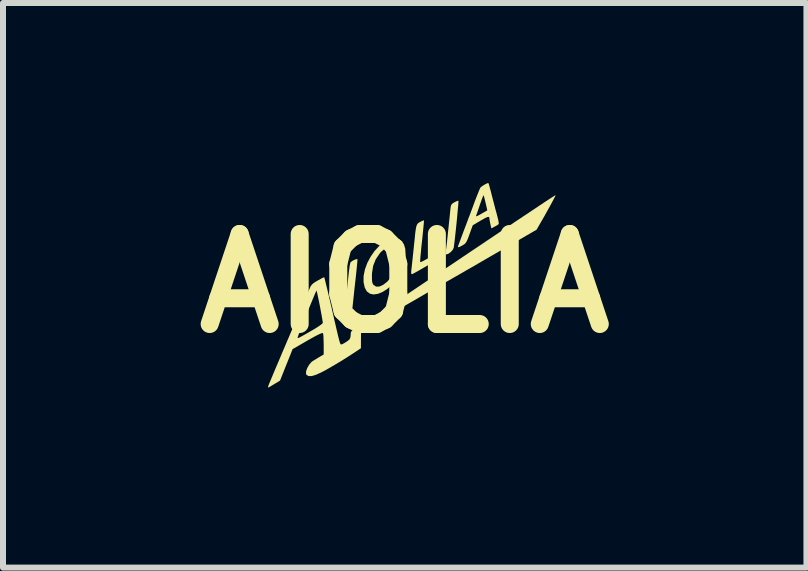
<source format=kicad_pcb>
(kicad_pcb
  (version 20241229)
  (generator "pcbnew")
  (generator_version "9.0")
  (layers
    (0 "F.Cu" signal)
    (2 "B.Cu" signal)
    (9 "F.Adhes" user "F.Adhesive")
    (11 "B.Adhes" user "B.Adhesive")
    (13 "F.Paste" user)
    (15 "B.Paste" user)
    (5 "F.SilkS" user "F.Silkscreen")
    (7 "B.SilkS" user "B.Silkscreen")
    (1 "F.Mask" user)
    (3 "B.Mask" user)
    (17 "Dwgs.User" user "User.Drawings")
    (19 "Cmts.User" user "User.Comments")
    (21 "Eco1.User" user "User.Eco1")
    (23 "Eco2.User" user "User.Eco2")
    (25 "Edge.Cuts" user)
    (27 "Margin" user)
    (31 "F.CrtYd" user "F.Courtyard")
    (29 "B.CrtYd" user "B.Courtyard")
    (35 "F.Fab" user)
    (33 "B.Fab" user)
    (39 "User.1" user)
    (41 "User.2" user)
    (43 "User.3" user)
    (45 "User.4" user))
  (footprint "AIOLIA"
    (layer "F.Cu")
    (at 3.693 1.67)
    (property "Reference" "AIOLIA" (at 0 0 0) (layer "F.SilkS") (effects (font (size 1.5 1.5) (thickness 0.3))))
    (attr board_only exclude_from_pos_files exclude_from_bom)
    (fp_poly (pts (xy 0.895 -1.375) (xy 0.895 -1.36) (xy 0.893 -1.319) (xy 0.887 -1.257) (xy 0.88 -1.18) (xy 0.872 -1.093) (xy 0.863 -0.999) (xy 0.853 -0.903) (xy 0.843 -0.811) (xy 0.834 -0.728) (xy 0.825 -0.657) (xy 0.818 -0.603) (xy 0.817 -0.593) (xy 0.8 -0.557) (xy 0.766 -0.52) (xy 0.726 -0.491) (xy 0.69 -0.48) (xy 0.681 -0.492) (xy 0.682 -0.514) (xy 0.686 -0.539) (xy 0.692 -0.589) (xy 0.701 -0.662) (xy 0.711 -0.752) (xy 0.722 -0.857) (xy 0.734 -0.972) (xy 0.747 -1.093) (xy 0.759 -1.217) (xy 0.761 -1.232) (xy 0.767 -1.282) (xy 0.778 -1.312) (xy 0.799 -1.332) (xy 0.828 -1.35) (xy 0.865 -1.368) (xy 0.89 -1.376)) (stroke (width 0) (type solid)) (fill yes) (layer "F.SilkS"))
    (fp_poly (pts (xy -0.788 -0.403) (xy -0.788 -0.387) (xy -0.791 -0.345) (xy -0.797 -0.282) (xy -0.805 -0.2) (xy -0.815 -0.105) (xy -0.826 -0.007) (xy -0.838 0.099) (xy -0.848 0.195) (xy -0.857 0.279) (xy -0.864 0.345) (xy -0.869 0.389) (xy -0.87 0.406) (xy -0.884 0.429) (xy -0.927 0.458) (xy -0.996 0.493) (xy -1.002 0.484) (xy -1.001 0.454) (xy -0.999 0.441) (xy -0.995 0.405) (xy -0.988 0.347) (xy -0.979 0.272) (xy -0.971 0.19) (xy -0.967 0.158) (xy -0.953 0.02) (xy -0.941 -0.091) (xy -0.932 -0.178) (xy -0.923 -0.244) (xy -0.917 -0.291) (xy -0.91 -0.323) (xy -0.905 -0.343) (xy -0.899 -0.354) (xy -0.877 -0.371) (xy -0.844 -0.388) (xy -0.811 -0.401) (xy -0.79 -0.404)) (stroke (width 0) (type solid)) (fill yes) (layer "F.SilkS"))
    (fp_poly (pts (xy 0.321 -1.048) (xy 0.32 -1.032) (xy 0.317 -0.991) (xy 0.311 -0.928) (xy 0.303 -0.849) (xy 0.294 -0.756) (xy 0.288 -0.701) (xy 0.277 -0.603) (xy 0.269 -0.516) (xy 0.262 -0.443) (xy 0.258 -0.389) (xy 0.257 -0.358) (xy 0.258 -0.352) (xy 0.273 -0.356) (xy 0.309 -0.373) (xy 0.36 -0.4) (xy 0.42 -0.434) (xy 0.422 -0.435) (xy 0.578 -0.525) (xy 0.582 -0.487) (xy 0.584 -0.449) (xy 0.58 -0.428) (xy 0.566 -0.416) (xy 0.53 -0.392) (xy 0.479 -0.359) (xy 0.418 -0.321) (xy 0.351 -0.28) (xy 0.284 -0.241) (xy 0.222 -0.205) (xy 0.171 -0.177) (xy 0.135 -0.158) (xy 0.127 -0.155) (xy 0.114 -0.153) (xy 0.108 -0.165) (xy 0.108 -0.196) (xy 0.112 -0.234) (xy 0.125 -0.352) (xy 0.135 -0.446) (xy 0.143 -0.523) (xy 0.15 -0.589) (xy 0.156 -0.649) (xy 0.163 -0.712) (xy 0.166 -0.743) (xy 0.175 -0.834) (xy 0.184 -0.9) (xy 0.193 -0.947) (xy 0.205 -0.978) (xy 0.22 -0.999) (xy 0.241 -1.014) (xy 0.26 -1.024) (xy 0.295 -1.041) (xy 0.318 -1.049)) (stroke (width 0) (type solid)) (fill yes) (layer "F.SilkS"))
    (fp_poly (pts (xy -0.098 -0.737) (xy -0.047 -0.702) (xy -0.012 -0.646) (xy 0.009 -0.573) (xy 0.014 -0.486) (xy 0.002 -0.389) (xy -0.026 -0.284) (xy -0.071 -0.176) (xy -0.083 -0.15) (xy -0.142 -0.057) (xy -0.212 0.025) (xy -0.289 0.093) (xy -0.369 0.144) (xy -0.447 0.176) (xy -0.521 0.186) (xy -0.58 0.173) (xy -0.631 0.135) (xy -0.666 0.072) (xy -0.685 -0.015) (xy -0.686 -0.021) (xy -0.685 -0.124) (xy -0.683 -0.133) (xy -0.546 -0.133) (xy -0.546 -0.066) (xy -0.542 -0.022) (xy -0.533 0.007) (xy -0.519 0.028) (xy -0.519 0.028) (xy -0.477 0.055) (xy -0.424 0.055) (xy -0.363 0.028) (xy -0.354 0.022) (xy -0.292 -0.026) (xy -0.243 -0.083) (xy -0.197 -0.156) (xy -0.177 -0.195) (xy -0.145 -0.277) (xy -0.126 -0.361) (xy -0.12 -0.442) (xy -0.126 -0.514) (xy -0.144 -0.572) (xy -0.174 -0.612) (xy -0.195 -0.623) (xy -0.235 -0.622) (xy -0.286 -0.603) (xy -0.341 -0.569) (xy -0.392 -0.526) (xy -0.412 -0.504) (xy -0.483 -0.4) (xy -0.526 -0.291) (xy -0.545 -0.17) (xy -0.546 -0.133) (xy -0.683 -0.133) (xy -0.663 -0.231) (xy -0.624 -0.338) (xy -0.569 -0.441) (xy -0.504 -0.536) (xy -0.429 -0.618) (xy -0.348 -0.684) (xy -0.265 -0.729) (xy -0.181 -0.749) (xy -0.163 -0.75)) (stroke (width 0) (type solid)) (fill yes) (layer "F.SilkS"))
    (fp_poly (pts (xy 1.4 -1.659) (xy 1.401 -1.653) (xy 1.408 -1.63) (xy 1.42 -1.584) (xy 1.437 -1.521) (xy 1.456 -1.446) (xy 1.463 -1.418) (xy 1.486 -1.332) (xy 1.508 -1.246) (xy 1.529 -1.17) (xy 1.544 -1.112) (xy 1.546 -1.104) (xy 1.559 -1.052) (xy 1.566 -1.01) (xy 1.567 -0.989) (xy 1.566 -0.988) (xy 1.549 -0.973) (xy 1.515 -0.953) (xy 1.5 -0.945) (xy 1.443 -0.916) (xy 1.426 -0.991) (xy 1.417 -1.039) (xy 1.411 -1.077) (xy 1.41 -1.088) (xy 1.406 -1.104) (xy 1.39 -1.107) (xy 1.36 -1.097) (xy 1.312 -1.072) (xy 1.253 -1.038) (xy 1.133 -0.966) (xy 1.079 -0.817) (xy 1.054 -0.749) (xy 1.034 -0.703) (xy 1.016 -0.673) (xy 0.995 -0.652) (xy 0.968 -0.635) (xy 0.967 -0.634) (xy 0.919 -0.609) (xy 0.892 -0.601) (xy 0.885 -0.607) (xy 0.89 -0.622) (xy 0.904 -0.661) (xy 0.926 -0.719) (xy 0.953 -0.792) (xy 0.983 -0.873) (xy 1.023 -0.978) (xy 1.066 -1.094) (xy 1.076 -1.118) (xy 1.188 -1.118) (xy 1.196 -1.117) (xy 1.219 -1.126) (xy 1.259 -1.148) (xy 1.315 -1.18) (xy 1.376 -1.216) (xy 1.348 -1.339) (xy 1.334 -1.395) (xy 1.323 -1.44) (xy 1.315 -1.464) (xy 1.314 -1.467) (xy 1.307 -1.456) (xy 1.293 -1.422) (xy 1.274 -1.37) (xy 1.253 -1.31) (xy 1.23 -1.243) (xy 1.211 -1.186) (xy 1.196 -1.145) (xy 1.19 -1.128) (xy 1.188 -1.118) (xy 1.076 -1.118) (xy 1.11 -1.209) (xy 1.149 -1.314) (xy 1.165 -1.358) (xy 1.195 -1.436) (xy 1.222 -1.504) (xy 1.244 -1.558) (xy 1.26 -1.592) (xy 1.266 -1.6) (xy 1.289 -1.618) (xy 1.327 -1.642) (xy 1.338 -1.648) (xy 1.373 -1.666) (xy 1.391 -1.67)) (stroke (width 0) (type solid)) (fill yes) (layer "F.SilkS"))
    (fp_poly (pts (xy 2.508 -1.453) (xy 2.489 -1.416) (xy 2.46 -1.36) (xy 2.421 -1.288) (xy 2.374 -1.204) (xy 2.322 -1.11) (xy 2.266 -1.013) (xy 2.197 -0.893) (xy 1.425 -0.446) (xy 1.285 -0.365) (xy 1.153 -0.288) (xy 1.03 -0.218) (xy 0.92 -0.154) (xy 0.824 -0.099) (xy 0.744 -0.053) (xy 0.684 -0.019) (xy 0.645 0.003) (xy 0.63 0.011) (xy 0.607 0.023) (xy 0.567 0.046) (xy 0.515 0.076) (xy 0.495 0.088) (xy 0.448 0.116) (xy 0.38 0.155) (xy 0.298 0.203) (xy 0.208 0.255) (xy 0.115 0.309) (xy 0.09 0.323) (xy -0.01 0.38) (xy -0.115 0.44) (xy -0.217 0.499) (xy -0.309 0.552) (xy -0.384 0.596) (xy -0.39 0.599) (xy -0.465 0.643) (xy -0.537 0.684) (xy -0.6 0.721) (xy -0.646 0.747) (xy -0.653 0.751) (xy -0.728 0.793) (xy -0.729 0.937) (xy -0.73 1.082) (xy -0.849 1.161) (xy -0.96 1.233) (xy -1.079 1.307) (xy -1.199 1.378) (xy -1.31 1.442) (xy -1.389 1.484) (xy -1.478 1.524) (xy -1.549 1.545) (xy -1.602 1.546) (xy -1.635 1.527) (xy -1.644 1.508) (xy -1.643 1.465) (xy -1.624 1.412) (xy -1.593 1.358) (xy -1.556 1.314) (xy -1.536 1.298) (xy -1.494 1.272) (xy -1.443 1.241) (xy -1.42 1.227) (xy -1.35 1.186) (xy -1.35 1.017) (xy -1.352 0.947) (xy -1.354 0.888) (xy -1.358 0.847) (xy -1.362 0.83) (xy -1.377 0.829) (xy -1.411 0.842) (xy -1.468 0.869) (xy -1.547 0.912) (xy -1.621 0.954) (xy -1.868 1.097) (xy -1.973 1.359) (xy -2.078 1.622) (xy -2.168 1.676) (xy -2.215 1.704) (xy -2.251 1.726) (xy -2.271 1.737) (xy -2.271 1.737) (xy -2.277 1.731) (xy -2.273 1.71) (xy -2.265 1.689) (xy -2.246 1.643) (xy -2.218 1.576) (xy -2.183 1.492) (xy -2.141 1.392) (xy -2.094 1.282) (xy -2.044 1.163) (xy -1.991 1.039) (xy -1.938 0.914) (xy -1.935 0.908) (xy -1.785 0.908) (xy -1.782 0.912) (xy -1.771 0.91) (xy -1.748 0.9) (xy -1.711 0.88) (xy -1.654 0.848) (xy -1.576 0.803) (xy -1.562 0.795) (xy -1.49 0.753) (xy -1.431 0.715) (xy -1.389 0.685) (xy -1.367 0.664) (xy -1.365 0.66) (xy -1.367 0.637) (xy -1.375 0.591) (xy -1.385 0.53) (xy -1.399 0.458) (xy -1.413 0.381) (xy -1.428 0.305) (xy -1.443 0.235) (xy -1.455 0.177) (xy -1.465 0.137) (xy -1.47 0.121) (xy -1.47 0.12) (xy -1.477 0.134) (xy -1.493 0.17) (xy -1.517 0.227) (xy -1.546 0.298) (xy -1.58 0.38) (xy -1.615 0.468) (xy -1.651 0.558) (xy -1.686 0.646) (xy -1.719 0.727) (xy -1.746 0.798) (xy -1.767 0.853) (xy -1.78 0.889) (xy -1.783 0.898) (xy -1.785 0.908) (xy -1.935 0.908) (xy -1.885 0.79) (xy -1.834 0.671) (xy -1.787 0.56) (xy -1.744 0.461) (xy -1.726 0.42) (xy -1.69 0.335) (xy -1.654 0.253) (xy -1.623 0.18) (xy -1.599 0.123) (xy -1.59 0.101) (xy -1.57 0.055) (xy -1.548 0.023) (xy -1.518 -0.004) (xy -1.472 -0.033) (xy -1.45 -0.046) (xy -1.401 -0.073) (xy -1.363 -0.093) (xy -1.343 -0.101) (xy -1.341 -0.101) (xy -1.336 -0.085) (xy -1.326 -0.045) (xy -1.311 0.018) (xy -1.291 0.098) (xy -1.269 0.191) (xy -1.245 0.295) (xy -1.219 0.404) (xy -1.194 0.515) (xy -1.173 0.608) (xy -1.144 0.732) (xy -1.121 0.831) (xy -1.103 0.905) (xy -1.089 0.958) (xy -1.078 0.994) (xy -1.069 1.013) (xy -1.062 1.02) (xy -1.061 1.02) (xy -1.036 1.012) (xy -0.999 0.992) (xy -0.959 0.966) (xy -0.927 0.941) (xy -0.919 0.933) (xy -0.906 0.903) (xy -0.9 0.86) (xy -0.9 0.853) (xy -0.898 0.822) (xy -0.888 0.8) (xy -0.865 0.779) (xy -0.821 0.752) (xy -0.814 0.748) (xy -0.797 0.738) (xy -0.776 0.726) (xy -0.751 0.71) (xy -0.719 0.69) (xy -0.679 0.664) (xy -0.629 0.631) (xy -0.569 0.591) (xy -0.496 0.543) (xy -0.409 0.485) (xy -0.307 0.416) (xy -0.187 0.336) (xy -0.049 0.244) (xy 0.109 0.137) (xy 0.289 0.016) (xy 0.492 -0.12) (xy 0.525 -0.142) (xy 0.806 -0.331) (xy 1.063 -0.504) (xy 1.296 -0.66) (xy 1.507 -0.802) (xy 1.695 -0.928) (xy 1.862 -1.04) (xy 2.008 -1.137) (xy 2.134 -1.221) (xy 2.241 -1.292) (xy 2.329 -1.351) (xy 2.399 -1.397) (xy 2.452 -1.431) (xy 2.488 -1.454) (xy 2.508 -1.466) (xy 2.513 -1.468)) (stroke (width 0) (type solid)) (fill yes) (layer "F.SilkS")))
  (gr_rect
    (start -3 -3)
    (end 10.386 6.407)
    (stroke (width 0.1) (type default))
    (fill no)
    (layer "Edge.Cuts")))
</source>
